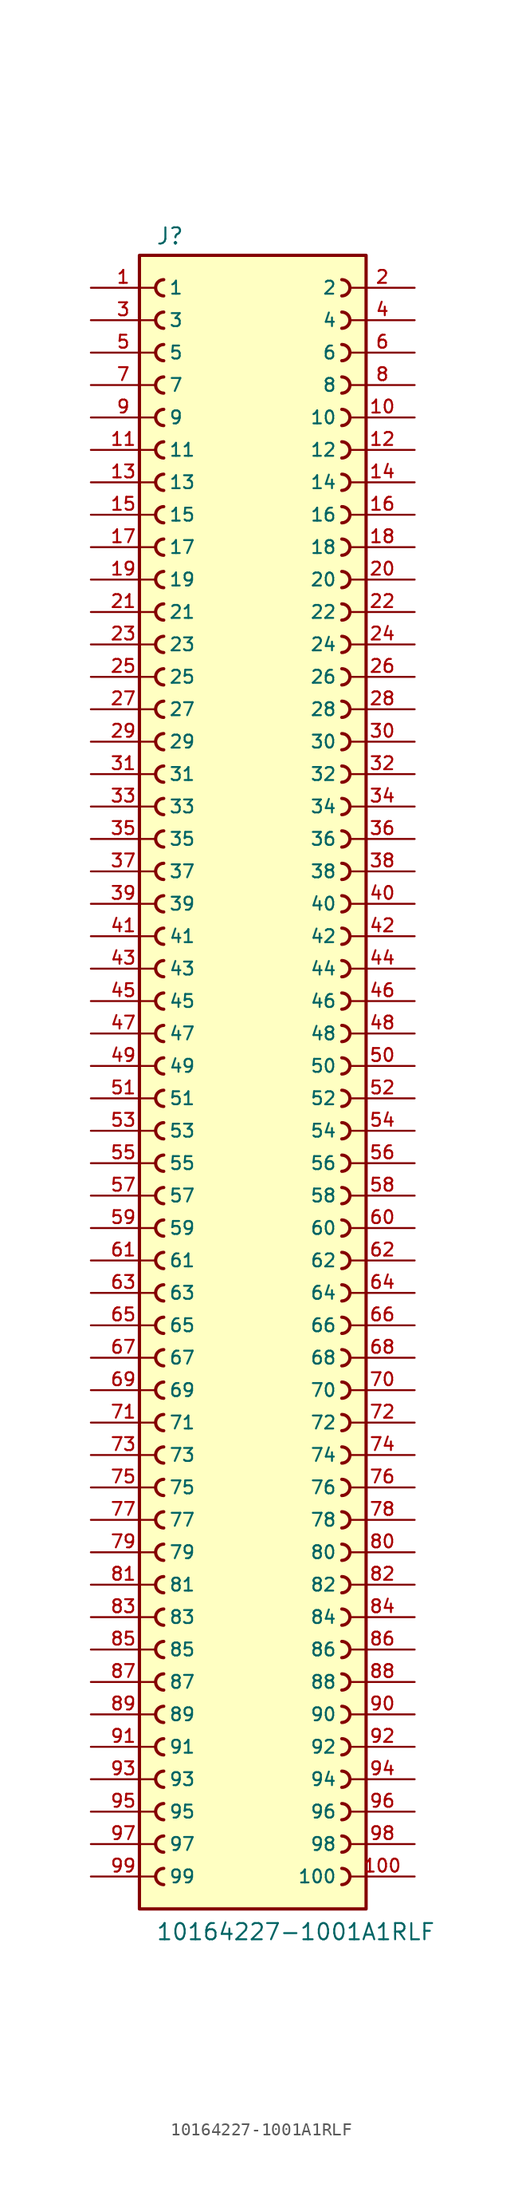
<source format=kicad_sym>
(kicad_symbol_lib
  (version 20211014)
  (generator kicad_symbol_editor)
  (symbol "10164227-1001A1RLF"
    (pin_names
      (offset 1.016))
    (property "Reference" "J"
      (at -7.62 64.262 0)
      (effects (font (size 1.27 1.27)) (justify bottom left)))
    (property "Value" "10164227-1001A1RLF"
      (at -7.62 -68.58 0)
      (effects (font (size 1.27 1.27)) (justify bottom left)))
    (symbol "10164227-1001A1RLF_0_0"
      (arc (start 6.985 60.325) (mid 7.62 60.96) (end 6.985 61.595) (stroke (width 0.254) (type default) (color 0 0 0 0)) (fill (type none)))
      (arc (start 6.985 57.785) (mid 7.62 58.42) (end 6.985 59.055) (stroke (width 0.254) (type default) (color 0 0 0 0)) (fill (type none)))
      (arc (start 6.985 55.245) (mid 7.62 55.88) (end 6.985 56.515) (stroke (width 0.254) (type default) (color 0 0 0 0)) (fill (type none)))
      (arc (start 6.985 52.705) (mid 7.62 53.34) (end 6.985 53.975) (stroke (width 0.254) (type default) (color 0 0 0 0)) (fill (type none)))
      (arc (start 6.985 50.165) (mid 7.62 50.8) (end 6.985 51.435) (stroke (width 0.254) (type default) (color 0 0 0 0)) (fill (type none)))
      (arc (start 6.985 47.625) (mid 7.62 48.26) (end 6.985 48.895) (stroke (width 0.254) (type default) (color 0 0 0 0)) (fill (type none)))
      (arc (start 6.985 45.085) (mid 7.62 45.72) (end 6.985 46.355) (stroke (width 0.254) (type default) (color 0 0 0 0)) (fill (type none)))
      (arc (start 6.985 42.545) (mid 7.62 43.18) (end 6.985 43.815) (stroke (width 0.254) (type default) (color 0 0 0 0)) (fill (type none)))
      (arc (start 6.985 40.005) (mid 7.62 40.64) (end 6.985 41.275) (stroke (width 0.254) (type default) (color 0 0 0 0)) (fill (type none)))
      (arc (start 6.985 37.465) (mid 7.62 38.1) (end 6.985 38.735) (stroke (width 0.254) (type default) (color 0 0 0 0)) (fill (type none)))
      (arc (start -6.985 38.735) (mid -7.62 38.1) (end -6.985 37.465) (stroke (width 0.254) (type default) (color 0 0 0 0)) (fill (type none)))
      (arc (start -6.985 41.275) (mid -7.62 40.64) (end -6.985 40.005) (stroke (width 0.254) (type default) (color 0 0 0 0)) (fill (type none)))
      (arc (start -6.985 43.815) (mid -7.62 43.18) (end -6.985 42.545) (stroke (width 0.254) (type default) (color 0 0 0 0)) (fill (type none)))
      (arc (start -6.985 46.355) (mid -7.62 45.72) (end -6.985 45.085) (stroke (width 0.254) (type default) (color 0 0 0 0)) (fill (type none)))
      (arc (start -6.985 48.895) (mid -7.62 48.26) (end -6.985 47.625) (stroke (width 0.254) (type default) (color 0 0 0 0)) (fill (type none)))
      (arc (start -6.985 51.435) (mid -7.62 50.8) (end -6.985 50.165) (stroke (width 0.254) (type default) (color 0 0 0 0)) (fill (type none)))
      (arc (start -6.985 53.975) (mid -7.62 53.34) (end -6.985 52.705) (stroke (width 0.254) (type default) (color 0 0 0 0)) (fill (type none)))
      (arc (start -6.985 56.515) (mid -7.62 55.88) (end -6.985 55.245) (stroke (width 0.254) (type default) (color 0 0 0 0)) (fill (type none)))
      (arc (start -6.985 59.055) (mid -7.62 58.42) (end -6.985 57.785) (stroke (width 0.254) (type default) (color 0 0 0 0)) (fill (type none)))
      (arc (start -6.985 61.595) (mid -7.62 60.96) (end -6.985 60.325) (stroke (width 0.254) (type default) (color 0 0 0 0)) (fill (type none)))
      (arc (start 6.985 34.925) (mid 7.62 35.56) (end 6.985 36.195) (stroke (width 0.254) (type default) (color 0 0 0 0)) (fill (type none)))
      (arc (start 6.985 32.385) (mid 7.62 33.02) (end 6.985 33.655) (stroke (width 0.254) (type default) (color 0 0 0 0)) (fill (type none)))
      (arc (start 6.985 29.845) (mid 7.62 30.48) (end 6.985 31.115) (stroke (width 0.254) (type default) (color 0 0 0 0)) (fill (type none)))
      (arc (start 6.985 27.305) (mid 7.62 27.94) (end 6.985 28.575) (stroke (width 0.254) (type default) (color 0 0 0 0)) (fill (type none)))
      (arc (start 6.985 24.765) (mid 7.62 25.4) (end 6.985 26.035) (stroke (width 0.254) (type default) (color 0 0 0 0)) (fill (type none)))
      (arc (start -6.985 26.035) (mid -7.62 25.4) (end -6.985 24.765) (stroke (width 0.254) (type default) (color 0 0 0 0)) (fill (type none)))
      (arc (start -6.985 28.575) (mid -7.62 27.94) (end -6.985 27.305) (stroke (width 0.254) (type default) (color 0 0 0 0)) (fill (type none)))
      (arc (start -6.985 31.115) (mid -7.62 30.48) (end -6.985 29.845) (stroke (width 0.254) (type default) (color 0 0 0 0)) (fill (type none)))
      (arc (start -6.985 33.655) (mid -7.62 33.02) (end -6.985 32.385) (stroke (width 0.254) (type default) (color 0 0 0 0)) (fill (type none)))
      (arc (start -6.985 36.195) (mid -7.62 35.56) (end -6.985 34.925) (stroke (width 0.254) (type default) (color 0 0 0 0)) (fill (type none)))
      (arc (start 6.985 22.225) (mid 7.62 22.86) (end 6.985 23.495) (stroke (width 0.254) (type default) (color 0 0 0 0)) (fill (type none)))
      (arc (start 6.985 19.685) (mid 7.62 20.32) (end 6.985 20.955) (stroke (width 0.254) (type default) (color 0 0 0 0)) (fill (type none)))
      (arc (start 6.985 17.145) (mid 7.62 17.78) (end 6.985 18.415) (stroke (width 0.254) (type default) (color 0 0 0 0)) (fill (type none)))
      (arc (start 6.985 14.605) (mid 7.62 15.24) (end 6.985 15.875) (stroke (width 0.254) (type default) (color 0 0 0 0)) (fill (type none)))
      (arc (start 6.985 12.065) (mid 7.62 12.7) (end 6.985 13.335) (stroke (width 0.254) (type default) (color 0 0 0 0)) (fill (type none)))
      (arc (start 6.985 9.525) (mid 7.62 10.16) (end 6.985 10.795) (stroke (width 0.254) (type default) (color 0 0 0 0)) (fill (type none)))
      (arc (start 6.985 6.985) (mid 7.62 7.62) (end 6.985 8.255) (stroke (width 0.254) (type default) (color 0 0 0 0)) (fill (type none)))
      (arc (start 6.985 4.445) (mid 7.62 5.08) (end 6.985 5.715) (stroke (width 0.254) (type default) (color 0 0 0 0)) (fill (type none)))
      (arc (start 6.985 1.905) (mid 7.62 2.54) (end 6.985 3.175) (stroke (width 0.254) (type default) (color 0 0 0 0)) (fill (type none)))
      (arc (start 6.985 -0.635) (mid 7.62 0.0) (end 6.985 0.635) (stroke (width 0.254) (type default) (color 0 0 0 0)) (fill (type none)))
      (arc (start -6.985 0.635) (mid -7.62 -0.0) (end -6.985 -0.635) (stroke (width 0.254) (type default) (color 0 0 0 0)) (fill (type none)))
      (arc (start -6.985 3.175) (mid -7.62 2.54) (end -6.985 1.905) (stroke (width 0.254) (type default) (color 0 0 0 0)) (fill (type none)))
      (arc (start -6.985 5.715) (mid -7.62 5.08) (end -6.985 4.445) (stroke (width 0.254) (type default) (color 0 0 0 0)) (fill (type none)))
      (arc (start -6.985 8.255) (mid -7.62 7.62) (end -6.985 6.985) (stroke (width 0.254) (type default) (color 0 0 0 0)) (fill (type none)))
      (arc (start -6.985 10.795) (mid -7.62 10.16) (end -6.985 9.525) (stroke (width 0.254) (type default) (color 0 0 0 0)) (fill (type none)))
      (arc (start -6.985 13.335) (mid -7.62 12.7) (end -6.985 12.065) (stroke (width 0.254) (type default) (color 0 0 0 0)) (fill (type none)))
      (arc (start -6.985 15.875) (mid -7.62 15.24) (end -6.985 14.605) (stroke (width 0.254) (type default) (color 0 0 0 0)) (fill (type none)))
      (arc (start -6.985 18.415) (mid -7.62 17.78) (end -6.985 17.145) (stroke (width 0.254) (type default) (color 0 0 0 0)) (fill (type none)))
      (arc (start -6.985 20.955) (mid -7.62 20.32) (end -6.985 19.685) (stroke (width 0.254) (type default) (color 0 0 0 0)) (fill (type none)))
      (arc (start -6.985 23.495) (mid -7.62 22.86) (end -6.985 22.225) (stroke (width 0.254) (type default) (color 0 0 0 0)) (fill (type none)))
      (arc (start 6.985 -3.175) (mid 7.62 -2.54) (end 6.985 -1.905) (stroke (width 0.254) (type default) (color 0 0 0 0)) (fill (type none)))
      (arc (start 6.985 -5.715) (mid 7.62 -5.08) (end 6.985 -4.445) (stroke (width 0.254) (type default) (color 0 0 0 0)) (fill (type none)))
      (arc (start 6.985 -8.255) (mid 7.62 -7.62) (end 6.985 -6.985) (stroke (width 0.254) (type default) (color 0 0 0 0)) (fill (type none)))
      (arc (start 6.985 -10.795) (mid 7.62 -10.16) (end 6.985 -9.525) (stroke (width 0.254) (type default) (color 0 0 0 0)) (fill (type none)))
      (arc (start 6.985 -13.335) (mid 7.62 -12.7) (end 6.985 -12.065) (stroke (width 0.254) (type default) (color 0 0 0 0)) (fill (type none)))
      (arc (start -6.985 -12.065) (mid -7.62 -12.7) (end -6.985 -13.335) (stroke (width 0.254) (type default) (color 0 0 0 0)) (fill (type none)))
      (arc (start -6.985 -9.525) (mid -7.62 -10.16) (end -6.985 -10.795) (stroke (width 0.254) (type default) (color 0 0 0 0)) (fill (type none)))
      (arc (start -6.985 -6.985) (mid -7.62 -7.62) (end -6.985 -8.255) (stroke (width 0.254) (type default) (color 0 0 0 0)) (fill (type none)))
      (arc (start -6.985 -4.445) (mid -7.62 -5.08) (end -6.985 -5.715) (stroke (width 0.254) (type default) (color 0 0 0 0)) (fill (type none)))
      (arc (start -6.985 -1.905) (mid -7.62 -2.54) (end -6.985 -3.175) (stroke (width 0.254) (type default) (color 0 0 0 0)) (fill (type none)))
      (arc (start 6.985 -15.875) (mid 7.62 -15.24) (end 6.985 -14.605) (stroke (width 0.254) (type default) (color 0 0 0 0)) (fill (type none)))
      (arc (start 6.985 -18.415) (mid 7.62 -17.78) (end 6.985 -17.145) (stroke (width 0.254) (type default) (color 0 0 0 0)) (fill (type none)))
      (arc (start 6.985 -20.955) (mid 7.62 -20.32) (end 6.985 -19.685) (stroke (width 0.254) (type default) (color 0 0 0 0)) (fill (type none)))
      (arc (start 6.985 -23.495) (mid 7.62 -22.86) (end 6.985 -22.225) (stroke (width 0.254) (type default) (color 0 0 0 0)) (fill (type none)))
      (arc (start 6.985 -26.035) (mid 7.62 -25.4) (end 6.985 -24.765) (stroke (width 0.254) (type default) (color 0 0 0 0)) (fill (type none)))
      (arc (start 6.985 -28.575) (mid 7.62 -27.94) (end 6.985 -27.305) (stroke (width 0.254) (type default) (color 0 0 0 0)) (fill (type none)))
      (arc (start 6.985 -31.115) (mid 7.62 -30.48) (end 6.985 -29.845) (stroke (width 0.254) (type default) (color 0 0 0 0)) (fill (type none)))
      (arc (start 6.985 -33.655) (mid 7.62 -33.02) (end 6.985 -32.385) (stroke (width 0.254) (type default) (color 0 0 0 0)) (fill (type none)))
      (arc (start 6.985 -36.195) (mid 7.62 -35.56) (end 6.985 -34.925) (stroke (width 0.254) (type default) (color 0 0 0 0)) (fill (type none)))
      (arc (start 6.985 -38.735) (mid 7.62 -38.1) (end 6.985 -37.465) (stroke (width 0.254) (type default) (color 0 0 0 0)) (fill (type none)))
      (arc (start -6.985 -37.465) (mid -7.62 -38.1) (end -6.985 -38.735) (stroke (width 0.254) (type default) (color 0 0 0 0)) (fill (type none)))
      (arc (start -6.985 -34.925) (mid -7.62 -35.56) (end -6.985 -36.195) (stroke (width 0.254) (type default) (color 0 0 0 0)) (fill (type none)))
      (arc (start -6.985 -32.385) (mid -7.62 -33.02) (end -6.985 -33.655) (stroke (width 0.254) (type default) (color 0 0 0 0)) (fill (type none)))
      (arc (start -6.985 -29.845) (mid -7.62 -30.48) (end -6.985 -31.115) (stroke (width 0.254) (type default) (color 0 0 0 0)) (fill (type none)))
      (arc (start -6.985 -27.305) (mid -7.62 -27.94) (end -6.985 -28.575) (stroke (width 0.254) (type default) (color 0 0 0 0)) (fill (type none)))
      (arc (start -6.985 -24.765) (mid -7.62 -25.4) (end -6.985 -26.035) (stroke (width 0.254) (type default) (color 0 0 0 0)) (fill (type none)))
      (arc (start -6.985 -22.225) (mid -7.62 -22.86) (end -6.985 -23.495) (stroke (width 0.254) (type default) (color 0 0 0 0)) (fill (type none)))
      (arc (start -6.985 -19.685) (mid -7.62 -20.32) (end -6.985 -20.955) (stroke (width 0.254) (type default) (color 0 0 0 0)) (fill (type none)))
      (arc (start -6.985 -17.145) (mid -7.62 -17.78) (end -6.985 -18.415) (stroke (width 0.254) (type default) (color 0 0 0 0)) (fill (type none)))
      (arc (start -6.985 -14.605) (mid -7.62 -15.24) (end -6.985 -15.875) (stroke (width 0.254) (type default) (color 0 0 0 0)) (fill (type none)))
      (arc (start 6.985 -41.275) (mid 7.62 -40.64) (end 6.985 -40.005) (stroke (width 0.254) (type default) (color 0 0 0 0)) (fill (type none)))
      (arc (start 6.985 -43.815) (mid 7.62 -43.18) (end 6.985 -42.545) (stroke (width 0.254) (type default) (color 0 0 0 0)) (fill (type none)))
      (arc (start 6.985 -46.355) (mid 7.62 -45.72) (end 6.985 -45.085) (stroke (width 0.254) (type default) (color 0 0 0 0)) (fill (type none)))
      (arc (start 6.985 -48.895) (mid 7.62 -48.26) (end 6.985 -47.625) (stroke (width 0.254) (type default) (color 0 0 0 0)) (fill (type none)))
      (arc (start 6.985 -51.435) (mid 7.62 -50.8) (end 6.985 -50.165) (stroke (width 0.254) (type default) (color 0 0 0 0)) (fill (type none)))
      (arc (start -6.985 -50.165) (mid -7.62 -50.8) (end -6.985 -51.435) (stroke (width 0.254) (type default) (color 0 0 0 0)) (fill (type none)))
      (arc (start -6.985 -47.625) (mid -7.62 -48.26) (end -6.985 -48.895) (stroke (width 0.254) (type default) (color 0 0 0 0)) (fill (type none)))
      (arc (start -6.985 -45.085) (mid -7.62 -45.72) (end -6.985 -46.355) (stroke (width 0.254) (type default) (color 0 0 0 0)) (fill (type none)))
      (arc (start -6.985 -42.545) (mid -7.62 -43.18) (end -6.985 -43.815) (stroke (width 0.254) (type default) (color 0 0 0 0)) (fill (type none)))
      (arc (start -6.985 -40.005) (mid -7.62 -40.64) (end -6.985 -41.275) (stroke (width 0.254) (type default) (color 0 0 0 0)) (fill (type none)))
      (arc (start 6.985 -53.975) (mid 7.62 -53.34) (end 6.985 -52.705) (stroke (width 0.254) (type default) (color 0 0 0 0)) (fill (type none)))
      (arc (start 6.985 -56.515) (mid 7.62 -55.88) (end 6.985 -55.245) (stroke (width 0.254) (type default) (color 0 0 0 0)) (fill (type none)))
      (arc (start 6.985 -59.055) (mid 7.62 -58.42) (end 6.985 -57.785) (stroke (width 0.254) (type default) (color 0 0 0 0)) (fill (type none)))
      (arc (start 6.985 -61.595) (mid 7.62 -60.96) (end 6.985 -60.325) (stroke (width 0.254) (type default) (color 0 0 0 0)) (fill (type none)))
      (arc (start 6.985 -64.135) (mid 7.62 -63.5) (end 6.985 -62.865) (stroke (width 0.254) (type default) (color 0 0 0 0)) (fill (type none)))
      (arc (start -6.985 -62.865) (mid -7.62 -63.5) (end -6.985 -64.135) (stroke (width 0.254) (type default) (color 0 0 0 0)) (fill (type none)))
      (arc (start -6.985 -60.325) (mid -7.62 -60.96) (end -6.985 -61.595) (stroke (width 0.254) (type default) (color 0 0 0 0)) (fill (type none)))
      (arc (start -6.985 -57.785) (mid -7.62 -58.42) (end -6.985 -59.055) (stroke (width 0.254) (type default) (color 0 0 0 0)) (fill (type none)))
      (arc (start -6.985 -55.245) (mid -7.62 -55.88) (end -6.985 -56.515) (stroke (width 0.254) (type default) (color 0 0 0 0)) (fill (type none)))
      (arc (start -6.985 -52.705) (mid -7.62 -53.34) (end -6.985 -53.975) (stroke (width 0.254) (type default) (color 0 0 0 0)) (fill (type none)))
      (rectangle (start -8.89 -66.04) (end 8.89 63.5) (stroke (width 0.254)) (fill (type background)))
      (pin passive line (at -12.7 60.96 0) (length 5.08) (name "1" (effects (font (size 1.016 1.016)))) (number "1" (effects (font (size 1.016 1.016)))))
      (pin passive line (at 12.7 60.96 180.0) (length 5.08) (name "2" (effects (font (size 1.016 1.016)))) (number "2" (effects (font (size 1.016 1.016)))))
      (pin passive line (at -12.7 58.42 0) (length 5.08) (name "3" (effects (font (size 1.016 1.016)))) (number "3" (effects (font (size 1.016 1.016)))))
      (pin passive line (at 12.7 58.42 180.0) (length 5.08) (name "4" (effects (font (size 1.016 1.016)))) (number "4" (effects (font (size 1.016 1.016)))))
      (pin passive line (at -12.7 55.88 0) (length 5.08) (name "5" (effects (font (size 1.016 1.016)))) (number "5" (effects (font (size 1.016 1.016)))))
      (pin passive line (at 12.7 55.88 180.0) (length 5.08) (name "6" (effects (font (size 1.016 1.016)))) (number "6" (effects (font (size 1.016 1.016)))))
      (pin passive line (at -12.7 53.34 0) (length 5.08) (name "7" (effects (font (size 1.016 1.016)))) (number "7" (effects (font (size 1.016 1.016)))))
      (pin passive line (at 12.7 53.34 180.0) (length 5.08) (name "8" (effects (font (size 1.016 1.016)))) (number "8" (effects (font (size 1.016 1.016)))))
      (pin passive line (at -12.7 50.8 0) (length 5.08) (name "9" (effects (font (size 1.016 1.016)))) (number "9" (effects (font (size 1.016 1.016)))))
      (pin passive line (at 12.7 50.8 180.0) (length 5.08) (name "10" (effects (font (size 1.016 1.016)))) (number "10" (effects (font (size 1.016 1.016)))))
      (pin passive line (at -12.7 48.26 0) (length 5.08) (name "11" (effects (font (size 1.016 1.016)))) (number "11" (effects (font (size 1.016 1.016)))))
      (pin passive line (at 12.7 48.26 180.0) (length 5.08) (name "12" (effects (font (size 1.016 1.016)))) (number "12" (effects (font (size 1.016 1.016)))))
      (pin passive line (at -12.7 45.72 0) (length 5.08) (name "13" (effects (font (size 1.016 1.016)))) (number "13" (effects (font (size 1.016 1.016)))))
      (pin passive line (at 12.7 45.72 180.0) (length 5.08) (name "14" (effects (font (size 1.016 1.016)))) (number "14" (effects (font (size 1.016 1.016)))))
      (pin passive line (at -12.7 43.18 0) (length 5.08) (name "15" (effects (font (size 1.016 1.016)))) (number "15" (effects (font (size 1.016 1.016)))))
      (pin passive line (at 12.7 43.18 180.0) (length 5.08) (name "16" (effects (font (size 1.016 1.016)))) (number "16" (effects (font (size 1.016 1.016)))))
      (pin passive line (at -12.7 40.64 0) (length 5.08) (name "17" (effects (font (size 1.016 1.016)))) (number "17" (effects (font (size 1.016 1.016)))))
      (pin passive line (at 12.7 40.64 180.0) (length 5.08) (name "18" (effects (font (size 1.016 1.016)))) (number "18" (effects (font (size 1.016 1.016)))))
      (pin passive line (at -12.7 38.1 0) (length 5.08) (name "19" (effects (font (size 1.016 1.016)))) (number "19" (effects (font (size 1.016 1.016)))))
      (pin passive line (at 12.7 38.1 180.0) (length 5.08) (name "20" (effects (font (size 1.016 1.016)))) (number "20" (effects (font (size 1.016 1.016)))))
      (pin passive line (at -12.7 35.56 0) (length 5.08) (name "21" (effects (font (size 1.016 1.016)))) (number "21" (effects (font (size 1.016 1.016)))))
      (pin passive line (at 12.7 35.56 180.0) (length 5.08) (name "22" (effects (font (size 1.016 1.016)))) (number "22" (effects (font (size 1.016 1.016)))))
      (pin passive line (at -12.7 33.02 0) (length 5.08) (name "23" (effects (font (size 1.016 1.016)))) (number "23" (effects (font (size 1.016 1.016)))))
      (pin passive line (at 12.7 33.02 180.0) (length 5.08) (name "24" (effects (font (size 1.016 1.016)))) (number "24" (effects (font (size 1.016 1.016)))))
      (pin passive line (at -12.7 30.48 0) (length 5.08) (name "25" (effects (font (size 1.016 1.016)))) (number "25" (effects (font (size 1.016 1.016)))))
      (pin passive line (at 12.7 30.48 180.0) (length 5.08) (name "26" (effects (font (size 1.016 1.016)))) (number "26" (effects (font (size 1.016 1.016)))))
      (pin passive line (at -12.7 27.94 0) (length 5.08) (name "27" (effects (font (size 1.016 1.016)))) (number "27" (effects (font (size 1.016 1.016)))))
      (pin passive line (at 12.7 27.94 180.0) (length 5.08) (name "28" (effects (font (size 1.016 1.016)))) (number "28" (effects (font (size 1.016 1.016)))))
      (pin passive line (at -12.7 25.4 0) (length 5.08) (name "29" (effects (font (size 1.016 1.016)))) (number "29" (effects (font (size 1.016 1.016)))))
      (pin passive line (at 12.7 25.4 180.0) (length 5.08) (name "30" (effects (font (size 1.016 1.016)))) (number "30" (effects (font (size 1.016 1.016)))))
      (pin passive line (at -12.7 22.86 0) (length 5.08) (name "31" (effects (font (size 1.016 1.016)))) (number "31" (effects (font (size 1.016 1.016)))))
      (pin passive line (at 12.7 22.86 180.0) (length 5.08) (name "32" (effects (font (size 1.016 1.016)))) (number "32" (effects (font (size 1.016 1.016)))))
      (pin passive line (at -12.7 20.32 0) (length 5.08) (name "33" (effects (font (size 1.016 1.016)))) (number "33" (effects (font (size 1.016 1.016)))))
      (pin passive line (at 12.7 20.32 180.0) (length 5.08) (name "34" (effects (font (size 1.016 1.016)))) (number "34" (effects (font (size 1.016 1.016)))))
      (pin passive line (at -12.7 17.78 0) (length 5.08) (name "35" (effects (font (size 1.016 1.016)))) (number "35" (effects (font (size 1.016 1.016)))))
      (pin passive line (at 12.7 17.78 180.0) (length 5.08) (name "36" (effects (font (size 1.016 1.016)))) (number "36" (effects (font (size 1.016 1.016)))))
      (pin passive line (at -12.7 15.24 0) (length 5.08) (name "37" (effects (font (size 1.016 1.016)))) (number "37" (effects (font (size 1.016 1.016)))))
      (pin passive line (at 12.7 15.24 180.0) (length 5.08) (name "38" (effects (font (size 1.016 1.016)))) (number "38" (effects (font (size 1.016 1.016)))))
      (pin passive line (at -12.7 12.7 0) (length 5.08) (name "39" (effects (font (size 1.016 1.016)))) (number "39" (effects (font (size 1.016 1.016)))))
      (pin passive line (at 12.7 12.7 180.0) (length 5.08) (name "40" (effects (font (size 1.016 1.016)))) (number "40" (effects (font (size 1.016 1.016)))))
      (pin passive line (at -12.7 10.16 0) (length 5.08) (name "41" (effects (font (size 1.016 1.016)))) (number "41" (effects (font (size 1.016 1.016)))))
      (pin passive line (at 12.7 10.16 180.0) (length 5.08) (name "42" (effects (font (size 1.016 1.016)))) (number "42" (effects (font (size 1.016 1.016)))))
      (pin passive line (at -12.7 7.62 0) (length 5.08) (name "43" (effects (font (size 1.016 1.016)))) (number "43" (effects (font (size 1.016 1.016)))))
      (pin passive line (at 12.7 7.62 180.0) (length 5.08) (name "44" (effects (font (size 1.016 1.016)))) (number "44" (effects (font (size 1.016 1.016)))))
      (pin passive line (at -12.7 5.08 0) (length 5.08) (name "45" (effects (font (size 1.016 1.016)))) (number "45" (effects (font (size 1.016 1.016)))))
      (pin passive line (at 12.7 5.08 180.0) (length 5.08) (name "46" (effects (font (size 1.016 1.016)))) (number "46" (effects (font (size 1.016 1.016)))))
      (pin passive line (at -12.7 2.54 0) (length 5.08) (name "47" (effects (font (size 1.016 1.016)))) (number "47" (effects (font (size 1.016 1.016)))))
      (pin passive line (at 12.7 2.54 180.0) (length 5.08) (name "48" (effects (font (size 1.016 1.016)))) (number "48" (effects (font (size 1.016 1.016)))))
      (pin passive line (at -12.7 0.0 0) (length 5.08) (name "49" (effects (font (size 1.016 1.016)))) (number "49" (effects (font (size 1.016 1.016)))))
      (pin passive line (at 12.7 0.0 180.0) (length 5.08) (name "50" (effects (font (size 1.016 1.016)))) (number "50" (effects (font (size 1.016 1.016)))))
      (pin passive line (at -12.7 -2.54 0) (length 5.08) (name "51" (effects (font (size 1.016 1.016)))) (number "51" (effects (font (size 1.016 1.016)))))
      (pin passive line (at 12.7 -2.54 180.0) (length 5.08) (name "52" (effects (font (size 1.016 1.016)))) (number "52" (effects (font (size 1.016 1.016)))))
      (pin passive line (at -12.7 -5.08 0) (length 5.08) (name "53" (effects (font (size 1.016 1.016)))) (number "53" (effects (font (size 1.016 1.016)))))
      (pin passive line (at 12.7 -5.08 180.0) (length 5.08) (name "54" (effects (font (size 1.016 1.016)))) (number "54" (effects (font (size 1.016 1.016)))))
      (pin passive line (at -12.7 -7.62 0) (length 5.08) (name "55" (effects (font (size 1.016 1.016)))) (number "55" (effects (font (size 1.016 1.016)))))
      (pin passive line (at 12.7 -7.62 180.0) (length 5.08) (name "56" (effects (font (size 1.016 1.016)))) (number "56" (effects (font (size 1.016 1.016)))))
      (pin passive line (at -12.7 -10.16 0) (length 5.08) (name "57" (effects (font (size 1.016 1.016)))) (number "57" (effects (font (size 1.016 1.016)))))
      (pin passive line (at 12.7 -10.16 180.0) (length 5.08) (name "58" (effects (font (size 1.016 1.016)))) (number "58" (effects (font (size 1.016 1.016)))))
      (pin passive line (at -12.7 -12.7 0) (length 5.08) (name "59" (effects (font (size 1.016 1.016)))) (number "59" (effects (font (size 1.016 1.016)))))
      (pin passive line (at 12.7 -12.7 180.0) (length 5.08) (name "60" (effects (font (size 1.016 1.016)))) (number "60" (effects (font (size 1.016 1.016)))))
      (pin passive line (at -12.7 -15.24 0) (length 5.08) (name "61" (effects (font (size 1.016 1.016)))) (number "61" (effects (font (size 1.016 1.016)))))
      (pin passive line (at 12.7 -15.24 180.0) (length 5.08) (name "62" (effects (font (size 1.016 1.016)))) (number "62" (effects (font (size 1.016 1.016)))))
      (pin passive line (at -12.7 -17.78 0) (length 5.08) (name "63" (effects (font (size 1.016 1.016)))) (number "63" (effects (font (size 1.016 1.016)))))
      (pin passive line (at 12.7 -17.78 180.0) (length 5.08) (name "64" (effects (font (size 1.016 1.016)))) (number "64" (effects (font (size 1.016 1.016)))))
      (pin passive line (at -12.7 -20.32 0) (length 5.08) (name "65" (effects (font (size 1.016 1.016)))) (number "65" (effects (font (size 1.016 1.016)))))
      (pin passive line (at 12.7 -20.32 180.0) (length 5.08) (name "66" (effects (font (size 1.016 1.016)))) (number "66" (effects (font (size 1.016 1.016)))))
      (pin passive line (at -12.7 -22.86 0) (length 5.08) (name "67" (effects (font (size 1.016 1.016)))) (number "67" (effects (font (size 1.016 1.016)))))
      (pin passive line (at 12.7 -22.86 180.0) (length 5.08) (name "68" (effects (font (size 1.016 1.016)))) (number "68" (effects (font (size 1.016 1.016)))))
      (pin passive line (at -12.7 -25.4 0) (length 5.08) (name "69" (effects (font (size 1.016 1.016)))) (number "69" (effects (font (size 1.016 1.016)))))
      (pin passive line (at 12.7 -25.4 180.0) (length 5.08) (name "70" (effects (font (size 1.016 1.016)))) (number "70" (effects (font (size 1.016 1.016)))))
      (pin passive line (at -12.7 -27.94 0) (length 5.08) (name "71" (effects (font (size 1.016 1.016)))) (number "71" (effects (font (size 1.016 1.016)))))
      (pin passive line (at 12.7 -27.94 180.0) (length 5.08) (name "72" (effects (font (size 1.016 1.016)))) (number "72" (effects (font (size 1.016 1.016)))))
      (pin passive line (at -12.7 -30.48 0) (length 5.08) (name "73" (effects (font (size 1.016 1.016)))) (number "73" (effects (font (size 1.016 1.016)))))
      (pin passive line (at 12.7 -30.48 180.0) (length 5.08) (name "74" (effects (font (size 1.016 1.016)))) (number "74" (effects (font (size 1.016 1.016)))))
      (pin passive line (at -12.7 -33.02 0) (length 5.08) (name "75" (effects (font (size 1.016 1.016)))) (number "75" (effects (font (size 1.016 1.016)))))
      (pin passive line (at 12.7 -33.02 180.0) (length 5.08) (name "76" (effects (font (size 1.016 1.016)))) (number "76" (effects (font (size 1.016 1.016)))))
      (pin passive line (at -12.7 -35.56 0) (length 5.08) (name "77" (effects (font (size 1.016 1.016)))) (number "77" (effects (font (size 1.016 1.016)))))
      (pin passive line (at 12.7 -35.56 180.0) (length 5.08) (name "78" (effects (font (size 1.016 1.016)))) (number "78" (effects (font (size 1.016 1.016)))))
      (pin passive line (at -12.7 -38.1 0) (length 5.08) (name "79" (effects (font (size 1.016 1.016)))) (number "79" (effects (font (size 1.016 1.016)))))
      (pin passive line (at 12.7 -38.1 180.0) (length 5.08) (name "80" (effects (font (size 1.016 1.016)))) (number "80" (effects (font (size 1.016 1.016)))))
      (pin passive line (at -12.7 -40.64 0) (length 5.08) (name "81" (effects (font (size 1.016 1.016)))) (number "81" (effects (font (size 1.016 1.016)))))
      (pin passive line (at 12.7 -40.64 180.0) (length 5.08) (name "82" (effects (font (size 1.016 1.016)))) (number "82" (effects (font (size 1.016 1.016)))))
      (pin passive line (at -12.7 -43.18 0) (length 5.08) (name "83" (effects (font (size 1.016 1.016)))) (number "83" (effects (font (size 1.016 1.016)))))
      (pin passive line (at 12.7 -43.18 180.0) (length 5.08) (name "84" (effects (font (size 1.016 1.016)))) (number "84" (effects (font (size 1.016 1.016)))))
      (pin passive line (at -12.7 -45.72 0) (length 5.08) (name "85" (effects (font (size 1.016 1.016)))) (number "85" (effects (font (size 1.016 1.016)))))
      (pin passive line (at 12.7 -45.72 180.0) (length 5.08) (name "86" (effects (font (size 1.016 1.016)))) (number "86" (effects (font (size 1.016 1.016)))))
      (pin passive line (at -12.7 -48.26 0) (length 5.08) (name "87" (effects (font (size 1.016 1.016)))) (number "87" (effects (font (size 1.016 1.016)))))
      (pin passive line (at 12.7 -48.26 180.0) (length 5.08) (name "88" (effects (font (size 1.016 1.016)))) (number "88" (effects (font (size 1.016 1.016)))))
      (pin passive line (at -12.7 -50.8 0) (length 5.08) (name "89" (effects (font (size 1.016 1.016)))) (number "89" (effects (font (size 1.016 1.016)))))
      (pin passive line (at 12.7 -50.8 180.0) (length 5.08) (name "90" (effects (font (size 1.016 1.016)))) (number "90" (effects (font (size 1.016 1.016)))))
      (pin passive line (at -12.7 -53.34 0) (length 5.08) (name "91" (effects (font (size 1.016 1.016)))) (number "91" (effects (font (size 1.016 1.016)))))
      (pin passive line (at 12.7 -53.34 180.0) (length 5.08) (name "92" (effects (font (size 1.016 1.016)))) (number "92" (effects (font (size 1.016 1.016)))))
      (pin passive line (at -12.7 -55.88 0) (length 5.08) (name "93" (effects (font (size 1.016 1.016)))) (number "93" (effects (font (size 1.016 1.016)))))
      (pin passive line (at 12.7 -55.88 180.0) (length 5.08) (name "94" (effects (font (size 1.016 1.016)))) (number "94" (effects (font (size 1.016 1.016)))))
      (pin passive line (at -12.7 -58.42 0) (length 5.08) (name "95" (effects (font (size 1.016 1.016)))) (number "95" (effects (font (size 1.016 1.016)))))
      (pin passive line (at 12.7 -58.42 180.0) (length 5.08) (name "96" (effects (font (size 1.016 1.016)))) (number "96" (effects (font (size 1.016 1.016)))))
      (pin passive line (at -12.7 -60.96 0) (length 5.08) (name "97" (effects (font (size 1.016 1.016)))) (number "97" (effects (font (size 1.016 1.016)))))
      (pin passive line (at 12.7 -60.96 180.0) (length 5.08) (name "98" (effects (font (size 1.016 1.016)))) (number "98" (effects (font (size 1.016 1.016)))))
      (pin passive line (at -12.7 -63.5 0) (length 5.08) (name "99" (effects (font (size 1.016 1.016)))) (number "99" (effects (font (size 1.016 1.016)))))
      (pin passive line (at 12.7 -63.5 180.0) (length 5.08) (name "100" (effects (font (size 1.016 1.016)))) (number "100" (effects (font (size 1.016 1.016))))))))
</source>
